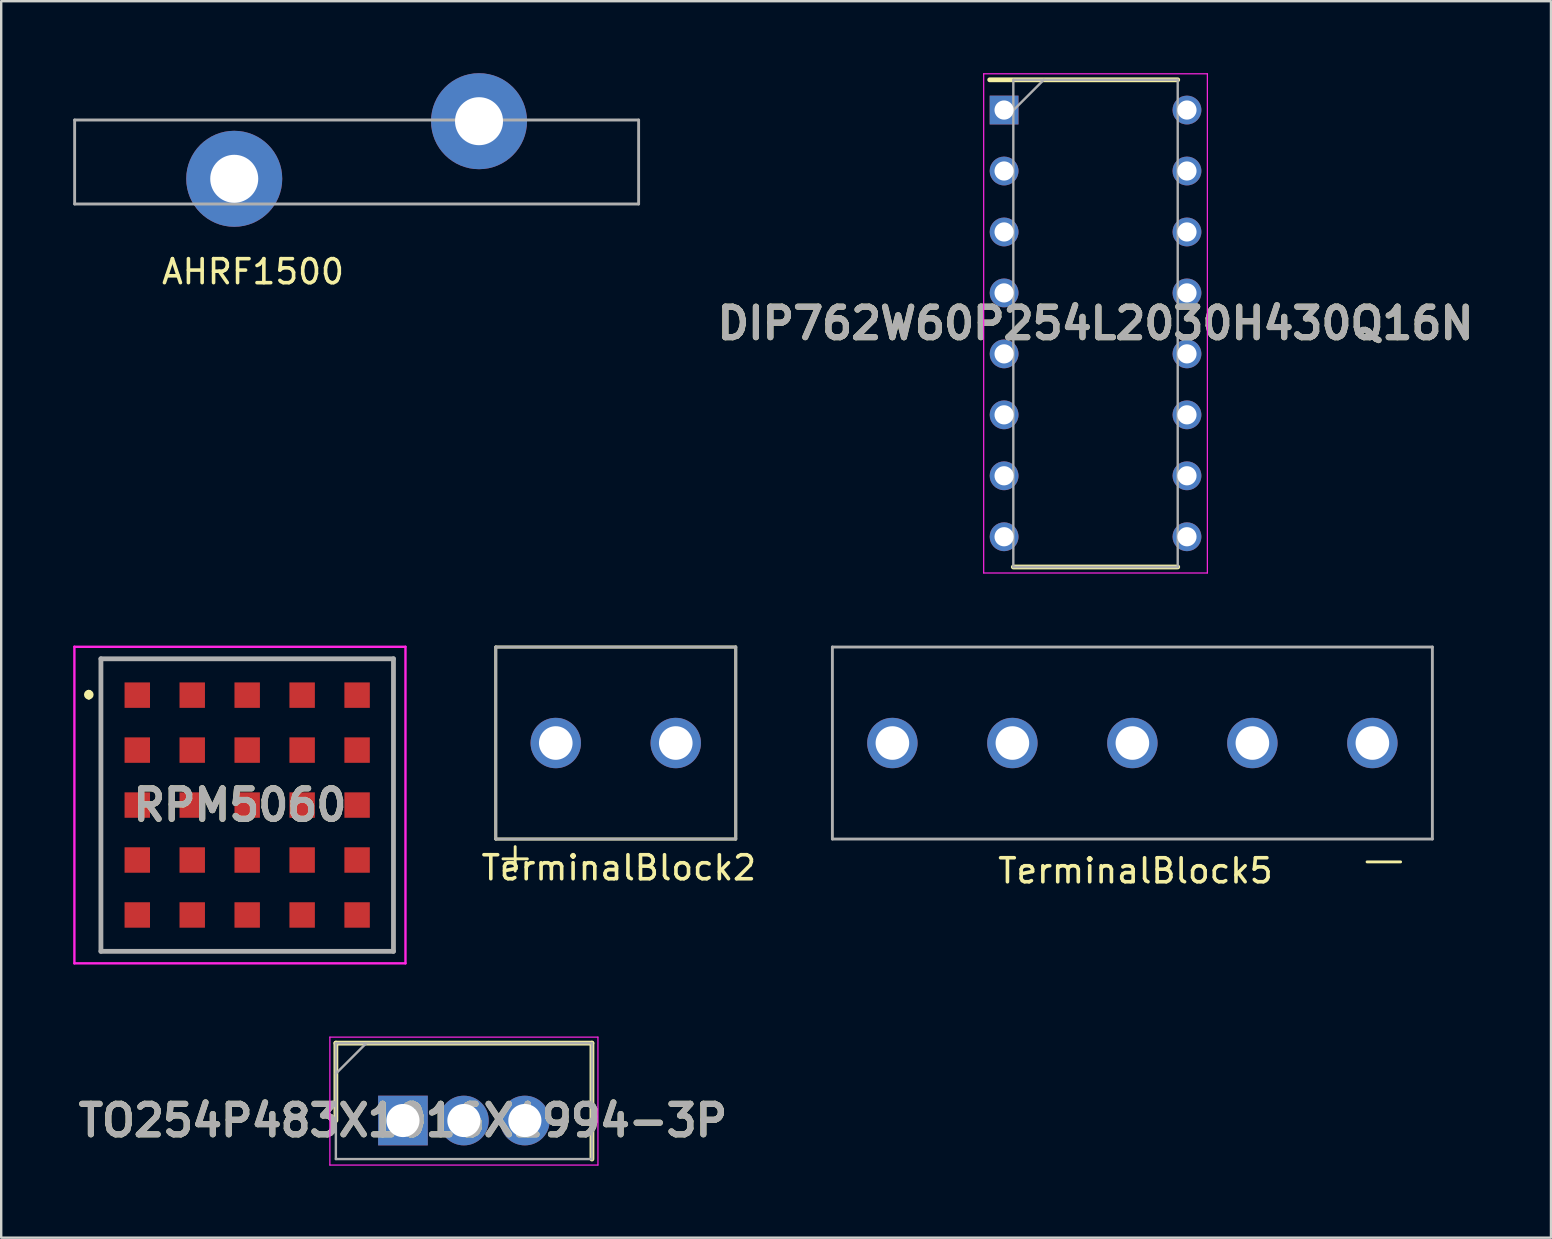
<source format=kicad_pcb>
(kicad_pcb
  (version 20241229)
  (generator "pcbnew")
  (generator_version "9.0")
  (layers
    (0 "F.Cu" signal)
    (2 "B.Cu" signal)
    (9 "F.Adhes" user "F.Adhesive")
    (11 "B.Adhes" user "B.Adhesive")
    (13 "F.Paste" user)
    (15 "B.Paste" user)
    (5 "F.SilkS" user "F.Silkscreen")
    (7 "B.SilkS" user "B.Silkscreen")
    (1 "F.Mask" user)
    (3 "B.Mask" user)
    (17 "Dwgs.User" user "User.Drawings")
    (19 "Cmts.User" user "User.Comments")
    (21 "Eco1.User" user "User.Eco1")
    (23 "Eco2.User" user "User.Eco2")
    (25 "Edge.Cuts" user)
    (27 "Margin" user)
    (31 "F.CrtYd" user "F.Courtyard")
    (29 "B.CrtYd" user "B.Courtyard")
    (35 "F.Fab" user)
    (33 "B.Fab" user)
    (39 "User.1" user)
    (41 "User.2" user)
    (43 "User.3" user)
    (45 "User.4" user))
  (footprint "RPM5060"
    (layer "F.Cu")
    (at 7.25 30.495)
    (property "Reference" "RPM5060" (at -0.303 0 0) (layer "F.SilkS") (effects (font (size 1.27 1.27) (thickness 0.254))))
    (attr smd)
    (fp_line (start -6.6 -4.7) (end -6.6 -4.7) (stroke (width 0.2) (type solid)) (layer "F.SilkS"))
    (fp_line (start -6.6 -4.5) (end -6.6 -4.5) (stroke (width 0.2) (type solid)) (layer "F.SilkS"))
    (fp_line (start -6.095 -6.095) (end 6.095 -6.095) (stroke (width 0.1) (type solid)) (layer "F.SilkS"))
    (fp_line (start -6.095 6.095) (end -6.095 -6.095) (stroke (width 0.1) (type solid)) (layer "F.SilkS"))
    (fp_line (start 6.095 -6.095) (end 6.095 6.095) (stroke (width 0.1) (type solid)) (layer "F.SilkS"))
    (fp_line (start 6.095 6.095) (end -6.095 6.095) (stroke (width 0.1) (type solid)) (layer "F.SilkS"))
    (fp_arc (start -6.6 -4.7) (mid -6.5 -4.6) (end -6.6 -4.5) (stroke (width 0.2) (type solid)) (layer "F.SilkS"))
    (fp_arc (start -6.6 -4.5) (mid -6.7 -4.6) (end -6.6 -4.7) (stroke (width 0.2) (type solid)) (layer "F.SilkS"))
    (fp_line (start -7.2 -6.595) (end 6.595 -6.595) (stroke (width 0.1) (type solid)) (layer "F.CrtYd"))
    (fp_line (start -7.2 6.595) (end -7.2 -6.595) (stroke (width 0.1) (type solid)) (layer "F.CrtYd"))
    (fp_line (start 6.595 -6.595) (end 6.595 6.595) (stroke (width 0.1) (type solid)) (layer "F.CrtYd"))
    (fp_line (start 6.595 6.595) (end -7.2 6.595) (stroke (width 0.1) (type solid)) (layer "F.CrtYd"))
    (fp_line (start -6.095 -6.095) (end 6.095 -6.095) (stroke (width 0.2) (type solid)) (layer "F.Fab"))
    (fp_line (start -6.095 6.095) (end -6.095 -6.095) (stroke (width 0.2) (type solid)) (layer "F.Fab"))
    (fp_line (start 6.095 -6.095) (end 6.095 6.095) (stroke (width 0.2) (type solid)) (layer "F.Fab"))
    (fp_line (start 6.095 6.095) (end -6.095 6.095) (stroke (width 0.2) (type solid)) (layer "F.Fab"))
    (fp_text user "${REFERENCE}" (at -0.303 0 0) (layer "F.Fab") (effects (font (size 1.27 1.27) (thickness 0.254))))
    (pad "A1" smd rect (at -4.58 -4.58 90) (size 1.06 1.06) (layers "F.Cu" "F.Mask" "F.Paste"))
    (pad "A2" smd rect (at -2.29 -4.58 90) (size 1.06 1.06) (layers "F.Cu" "F.Mask" "F.Paste"))
    (pad "A3" smd rect (at 0 -4.58 90) (size 1.06 1.06) (layers "F.Cu" "F.Mask" "F.Paste"))
    (pad "A4" smd rect (at 2.29 -4.58 90) (size 1.06 1.06) (layers "F.Cu" "F.Mask" "F.Paste"))
    (pad "A5" smd rect (at 4.58 -4.58 90) (size 1.06 1.06) (layers "F.Cu" "F.Mask" "F.Paste"))
    (pad "B1" smd rect (at -4.58 -2.29 90) (size 1.06 1.06) (layers "F.Cu" "F.Mask" "F.Paste"))
    (pad "B2" smd rect (at -2.29 -2.29 90) (size 1.06 1.06) (layers "F.Cu" "F.Mask" "F.Paste"))
    (pad "B3" smd rect (at 0 -2.29 90) (size 1.06 1.06) (layers "F.Cu" "F.Mask" "F.Paste"))
    (pad "B4" smd rect (at 2.29 -2.29 90) (size 1.06 1.06) (layers "F.Cu" "F.Mask" "F.Paste"))
    (pad "B5" smd rect (at 4.58 -2.29 90) (size 1.06 1.06) (layers "F.Cu" "F.Mask" "F.Paste"))
    (pad "C1" smd rect (at -4.58 0 90) (size 1.06 1.06) (layers "F.Cu" "F.Mask" "F.Paste"))
    (pad "C2" smd rect (at -2.29 0 90) (size 1.06 1.06) (layers "F.Cu" "F.Mask" "F.Paste"))
    (pad "C3" smd rect (at 0 0 90) (size 1.06 1.06) (layers "F.Cu" "F.Mask" "F.Paste"))
    (pad "C4" smd rect (at 2.29 0 90) (size 1.06 1.06) (layers "F.Cu" "F.Mask" "F.Paste"))
    (pad "C5" smd rect (at 4.58 0 90) (size 1.06 1.06) (layers "F.Cu" "F.Mask" "F.Paste"))
    (pad "D1" smd rect (at -4.58 2.29 90) (size 1.06 1.06) (layers "F.Cu" "F.Mask" "F.Paste"))
    (pad "D2" smd rect (at -2.29 2.29 90) (size 1.06 1.06) (layers "F.Cu" "F.Mask" "F.Paste"))
    (pad "D3" smd rect (at 0 2.29 90) (size 1.06 1.06) (layers "F.Cu" "F.Mask" "F.Paste"))
    (pad "D4" smd rect (at 2.29 2.29 90) (size 1.06 1.06) (layers "F.Cu" "F.Mask" "F.Paste"))
    (pad "D5" smd rect (at 4.58 2.29 90) (size 1.06 1.06) (layers "F.Cu" "F.Mask" "F.Paste"))
    (pad "E1" smd rect (at -4.58 4.58 90) (size 1.06 1.06) (layers "F.Cu" "F.Mask" "F.Paste"))
    (pad "E2" smd rect (at -2.29 4.58 90) (size 1.06 1.06) (layers "F.Cu" "F.Mask" "F.Paste"))
    (pad "E3" smd rect (at 0 4.58 90) (size 1.06 1.06) (layers "F.Cu" "F.Mask" "F.Paste"))
    (pad "E4" smd rect (at 2.29 4.58 90) (size 1.06 1.06) (layers "F.Cu" "F.Mask" "F.Paste"))
    (pad "E5" smd rect (at 4.58 4.58 90) (size 1.06 1.06) (layers "F.Cu" "F.Mask" "F.Paste")))
  (footprint "DIP762W60P254L2030H430Q16N"
    (layer "F.Cu")
    (at 42.598 10.425)
    (property "Reference" "DIP762W60P254L2030H430Q16N" (at 0 0 0) (layer "F.SilkS") (effects (font (size 1.27 1.27) (thickness 0.254))))
    (attr through_hole)
    (fp_line (start -4.41 -10.15) (end 3.425 -10.15) (stroke (width 0.2) (type solid)) (layer "F.SilkS"))
    (fp_line (start -3.425 10.15) (end 3.425 10.15) (stroke (width 0.2) (type solid)) (layer "F.SilkS"))
    (fp_line (start -4.66 -10.4) (end 4.66 -10.4) (stroke (width 0.05) (type solid)) (layer "F.CrtYd"))
    (fp_line (start -4.66 10.4) (end -4.66 -10.4) (stroke (width 0.05) (type solid)) (layer "F.CrtYd"))
    (fp_line (start 4.66 -10.4) (end 4.66 10.4) (stroke (width 0.05) (type solid)) (layer "F.CrtYd"))
    (fp_line (start 4.66 10.4) (end -4.66 10.4) (stroke (width 0.05) (type solid)) (layer "F.CrtYd"))
    (fp_line (start -3.425 -10.15) (end 3.425 -10.15) (stroke (width 0.1) (type solid)) (layer "F.Fab"))
    (fp_line (start -3.425 -8.88) (end -2.155 -10.15) (stroke (width 0.1) (type solid)) (layer "F.Fab"))
    (fp_line (start -3.425 10.15) (end -3.425 -10.15) (stroke (width 0.1) (type solid)) (layer "F.Fab"))
    (fp_line (start 3.425 -10.15) (end 3.425 10.15) (stroke (width 0.1) (type solid)) (layer "F.Fab"))
    (fp_line (start 3.425 10.15) (end -3.425 10.15) (stroke (width 0.1) (type solid)) (layer "F.Fab"))
    (fp_text user "${REFERENCE}" (at 0 0 0) (layer "F.Fab") (effects (font (size 1.27 1.27) (thickness 0.254))))
    (pad "1" thru_hole rect (at -3.81 -8.89) (size 1.2 1.2) (drill 0.8) (layers "*.Cu" "*.Mask"))
    (pad "2" thru_hole circle (at -3.81 -6.35) (size 1.2 1.2) (drill 0.8) (layers "*.Cu" "*.Mask"))
    (pad "3" thru_hole circle (at -3.81 -3.81) (size 1.2 1.2) (drill 0.8) (layers "*.Cu" "*.Mask"))
    (pad "4" thru_hole circle (at -3.81 -1.27) (size 1.2 1.2) (drill 0.8) (layers "*.Cu" "*.Mask"))
    (pad "5" thru_hole circle (at -3.81 1.27) (size 1.2 1.2) (drill 0.8) (layers "*.Cu" "*.Mask"))
    (pad "6" thru_hole circle (at -3.81 3.81) (size 1.2 1.2) (drill 0.8) (layers "*.Cu" "*.Mask"))
    (pad "7" thru_hole circle (at -3.81 6.35) (size 1.2 1.2) (drill 0.8) (layers "*.Cu" "*.Mask"))
    (pad "8" thru_hole circle (at -3.81 8.89) (size 1.2 1.2) (drill 0.8) (layers "*.Cu" "*.Mask"))
    (pad "9" thru_hole circle (at 3.81 8.89) (size 1.2 1.2) (drill 0.8) (layers "*.Cu" "*.Mask"))
    (pad "10" thru_hole circle (at 3.81 6.35) (size 1.2 1.2) (drill 0.8) (layers "*.Cu" "*.Mask"))
    (pad "11" thru_hole circle (at 3.81 3.81) (size 1.2 1.2) (drill 0.8) (layers "*.Cu" "*.Mask"))
    (pad "12" thru_hole circle (at 3.81 1.27) (size 1.2 1.2) (drill 0.8) (layers "*.Cu" "*.Mask"))
    (pad "13" thru_hole circle (at 3.81 -1.27) (size 1.2 1.2) (drill 0.8) (layers "*.Cu" "*.Mask"))
    (pad "14" thru_hole circle (at 3.81 -3.81) (size 1.2 1.2) (drill 0.8) (layers "*.Cu" "*.Mask"))
    (pad "15" thru_hole circle (at 3.81 -6.35) (size 1.2 1.2) (drill 0.8) (layers "*.Cu" "*.Mask"))
    (pad "16" thru_hole circle (at 3.81 -8.89) (size 1.2 1.2) (drill 0.8) (layers "*.Cu" "*.Mask")))
  (footprint "AHRF1500"
    (layer "F.Cu")
    (at 11.81 3.7)
    (property "Reference" "AHRF1500" (at -4.318 4.572 0) (layer "F.SilkS") (effects (font (size 1 1) (thickness 0.15))))
    (attr through_hole)
    (fp_line (start -11.75 -1.75) (end 11.75 -1.75) (stroke (width 0.12) (type solid)) (layer "F.Fab"))
    (fp_line (start -11.75 1.75) (end -11.75 -1.75) (stroke (width 0.12) (type solid)) (layer "F.Fab"))
    (fp_line (start -11.75 1.75) (end 11.75 1.75) (stroke (width 0.12) (type solid)) (layer "F.Fab"))
    (fp_line (start 11.75 1.75) (end 11.75 -1.75) (stroke (width 0.12) (type solid)) (layer "F.Fab"))
    (pad "1" thru_hole circle (at -5.1 0.7) (size 4 4) (drill 2) (layers "*.Cu" "*.Mask"))
    (pad "2" thru_hole circle (at 5.1 -1.7) (size 4 4) (drill 2) (layers "*.Cu" "*.Mask")))
  (footprint "TO254P483X1016X1994-3P"
    (layer "F.Cu")
    (at 13.74 43.64)
    (property "Reference" "TO254P483X1016X1994-3P" (at 0 0 0) (layer "F.SilkS") (effects (font (size 1.27 1.27) (thickness 0.254))))
    (attr through_hole)
    (fp_line (start -2.795 -3.225) (end -2.795 0) (stroke (width 0.2) (type solid)) (layer "F.SilkS"))
    (fp_line (start 7.875 -3.225) (end -2.795 -3.225) (stroke (width 0.2) (type solid)) (layer "F.SilkS"))
    (fp_line (start 7.875 1.605) (end 7.875 -3.225) (stroke (width 0.2) (type solid)) (layer "F.SilkS"))
    (fp_line (start -3.045 -3.475) (end 8.125 -3.475) (stroke (width 0.05) (type solid)) (layer "F.CrtYd"))
    (fp_line (start -3.045 1.855) (end -3.045 -3.475) (stroke (width 0.05) (type solid)) (layer "F.CrtYd"))
    (fp_line (start 8.125 -3.475) (end 8.125 1.855) (stroke (width 0.05) (type solid)) (layer "F.CrtYd"))
    (fp_line (start 8.125 1.855) (end -3.045 1.855) (stroke (width 0.05) (type solid)) (layer "F.CrtYd"))
    (fp_line (start -2.795 -3.225) (end 7.875 -3.225) (stroke (width 0.1) (type solid)) (layer "F.Fab"))
    (fp_line (start -2.795 -1.955) (end -1.525 -3.225) (stroke (width 0.1) (type solid)) (layer "F.Fab"))
    (fp_line (start -2.795 1.605) (end -2.795 -3.225) (stroke (width 0.1) (type solid)) (layer "F.Fab"))
    (fp_line (start 7.875 -3.225) (end 7.875 1.605) (stroke (width 0.1) (type solid)) (layer "F.Fab"))
    (fp_line (start 7.875 1.605) (end -2.795 1.605) (stroke (width 0.1) (type solid)) (layer "F.Fab"))
    (fp_text user "${REFERENCE}" (at 0 0 0) (layer "F.Fab") (effects (font (size 1.27 1.27) (thickness 0.254))))
    (pad "1" thru_hole rect (at 0 0) (size 2.07 2.07) (drill 1.38) (layers "*.Cu" "*.Mask"))
    (pad "2" thru_hole circle (at 2.54 0) (size 2.07 2.07) (drill 1.38) (layers "*.Cu" "*.Mask"))
    (pad "3" thru_hole circle (at 5.08 0) (size 2.07 2.07) (drill 1.38) (layers "*.Cu" "*.Mask")))
  (footprint "TerminalBlock5"
    (layer "F.Cu")
    (at 44.134 27.91)
    (property "Reference" "TerminalBlock5" (at 0.127 5.326 0) (layer "F.SilkS") (effects (font (size 1 1) (thickness 0.15))))
    (attr through_hole)
    (fp_line (start 9.779 4.953) (end 11.176 4.953) (stroke (width 0.12) (type solid)) (layer "F.SilkS"))
    (fp_line (start -12.5 -4) (end 12.5 -4) (stroke (width 0.12) (type solid)) (layer "F.Fab"))
    (fp_line (start -12.5 4) (end -12.5 -4) (stroke (width 0.12) (type solid)) (layer "F.Fab"))
    (fp_line (start -12.5 4) (end 12.5 4) (stroke (width 0.12) (type solid)) (layer "F.Fab"))
    (fp_line (start 12.5 4) (end 12.5 -4) (stroke (width 0.12) (type solid)) (layer "F.Fab"))
    (pad "1" thru_hole circle (at -10 0) (size 2.1 2.1) (drill 1.4) (layers "*.Cu" "*.Mask"))
    (pad "2" thru_hole circle (at -5 0) (size 2.1 2.1) (drill 1.4) (layers "*.Cu" "*.Mask"))
    (pad "3" thru_hole circle (at 0 0) (size 2.1 2.1) (drill 1.4) (layers "*.Cu" "*.Mask"))
    (pad "4" thru_hole circle (at 5 0) (size 2.1 2.1) (drill 1.4) (layers "*.Cu" "*.Mask"))
    (pad "5" thru_hole circle (at 10 0) (size 2.1 2.1) (drill 1.4) (layers "*.Cu" "*.Mask")))
  (footprint "TerminalBlock2"
    (layer "F.Cu")
    (at 22.607 27.91)
    (property "Reference" "TerminalBlock2" (at 0.127 5.199 0) (layer "F.SilkS") (effects (font (size 1 1) (thickness 0.15))))
    (attr through_hole)
    (fp_line (start -5 -4) (end 5 -4) (stroke (width 0.12) (type solid)) (layer "F.SilkS"))
    (fp_line (start -5 4) (end -5 -4) (stroke (width 0.12) (type solid)) (layer "F.SilkS"))
    (fp_line (start -5 4) (end 5 4) (stroke (width 0.12) (type solid)) (layer "F.SilkS"))
    (fp_line (start -4.699 4.826) (end -3.683 4.826) (stroke (width 0.12) (type solid)) (layer "F.SilkS"))
    (fp_line (start -4.191 4.318) (end -4.191 5.334) (stroke (width 0.12) (type solid)) (layer "F.SilkS"))
    (fp_line (start 5 4) (end 5 -4) (stroke (width 0.12) (type solid)) (layer "F.SilkS"))
    (fp_line (start -5 -4) (end 5 -4) (stroke (width 0.12) (type solid)) (layer "F.Fab"))
    (fp_line (start -5 4) (end -5 -4) (stroke (width 0.12) (type solid)) (layer "F.Fab"))
    (fp_line (start -5 4) (end 5 4) (stroke (width 0.12) (type solid)) (layer "F.Fab"))
    (fp_line (start 5 4) (end 5 -4) (stroke (width 0.12) (type solid)) (layer "F.Fab"))
    (pad "1" thru_hole circle (at -2.5 0) (size 2.1 2.1) (drill 1.4) (layers "*.Cu" "*.Mask"))
    (pad "2" thru_hole circle (at 2.5 0) (size 2.1 2.1) (drill 1.4) (layers "*.Cu" "*.Mask")))
  (gr_rect
    (start -3 -3)
    (end 61.576 48.52)
    (stroke (width 0.1) (type default))
    (fill no)
    (layer "Edge.Cuts")))
</source>
